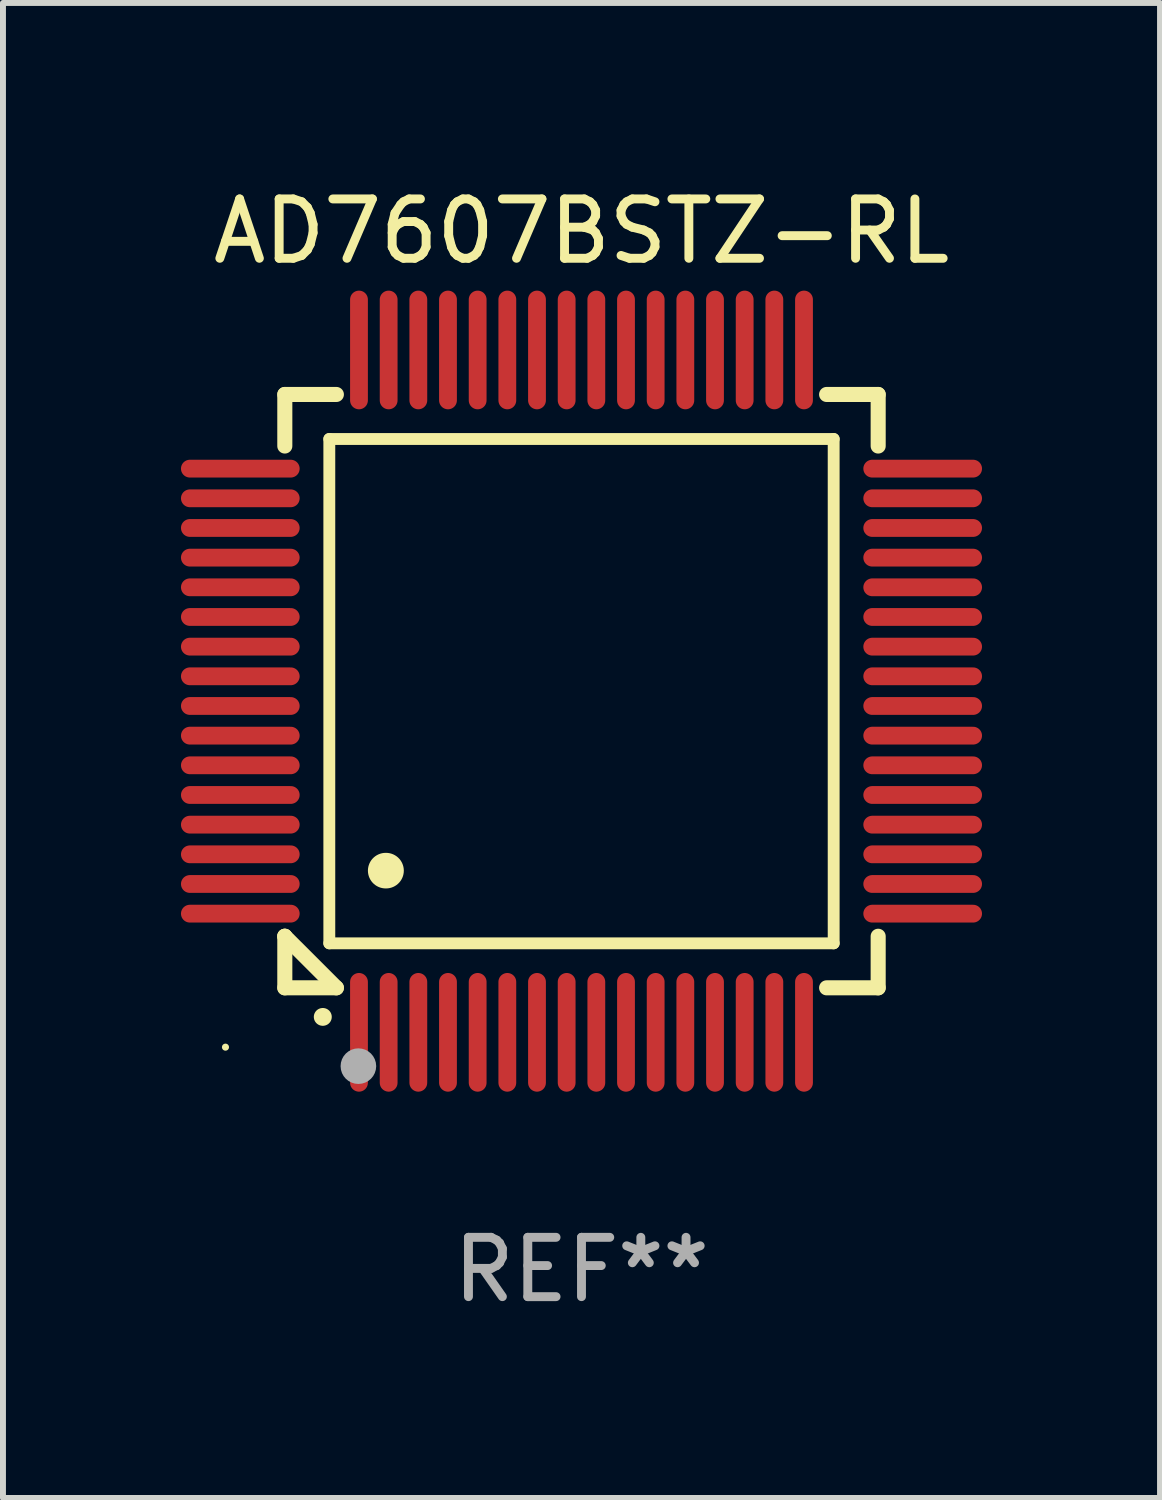
<source format=kicad_pcb>
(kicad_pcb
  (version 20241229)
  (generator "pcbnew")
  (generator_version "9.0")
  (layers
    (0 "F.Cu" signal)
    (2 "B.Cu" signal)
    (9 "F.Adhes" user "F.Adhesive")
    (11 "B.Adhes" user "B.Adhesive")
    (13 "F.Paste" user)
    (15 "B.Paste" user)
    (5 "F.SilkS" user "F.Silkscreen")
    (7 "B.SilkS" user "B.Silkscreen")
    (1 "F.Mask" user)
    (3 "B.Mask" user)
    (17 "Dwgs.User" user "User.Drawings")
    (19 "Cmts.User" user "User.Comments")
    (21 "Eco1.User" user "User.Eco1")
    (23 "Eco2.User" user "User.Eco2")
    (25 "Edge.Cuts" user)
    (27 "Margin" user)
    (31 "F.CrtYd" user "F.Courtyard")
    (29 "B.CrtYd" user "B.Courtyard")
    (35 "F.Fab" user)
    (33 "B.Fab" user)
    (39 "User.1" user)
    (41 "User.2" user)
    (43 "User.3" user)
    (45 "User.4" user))
  (footprint "AD7607BSTZ-RL"
    (layer "F.Cu")
    (at 6.75 8.598)
    (property "Reference" "AD7607BSTZ-RL" (at 0 -7.75 0) (layer "F.SilkS") (effects (font (size 1 1) (thickness 0.15))))
    (attr through_hole)
    (fp_line (start -5 -5) (end -4.131 -5) (stroke (width 0.254) (type solid)) (layer "F.SilkS"))
    (fp_line (start -5 -4.131) (end -5 -5) (stroke (width 0.254) (type solid)) (layer "F.SilkS"))
    (fp_line (start -5 4.131) (end -5 4.131) (stroke (width 0.254) (type solid)) (layer "F.SilkS"))
    (fp_line (start -5 5) (end -5 4.131) (stroke (width 0.254) (type solid)) (layer "F.SilkS"))
    (fp_line (start -5 4.131) (end -4.131 5) (stroke (width 0.254) (type solid)) (layer "F.SilkS"))
    (fp_line (start -4.25 -4.25) (end -4.25 4.25) (stroke (width 0.2) (type solid)) (layer "F.SilkS"))
    (fp_line (start -4.25 4.25) (end 4.25 4.25) (stroke (width 0.2) (type solid)) (layer "F.SilkS"))
    (fp_line (start -4.131 5) (end -5 5) (stroke (width 0.254) (type solid)) (layer "F.SilkS"))
    (fp_line (start 4.25 -4.25) (end -4.25 -4.25) (stroke (width 0.2) (type solid)) (layer "F.SilkS"))
    (fp_line (start 4.25 4.25) (end 4.25 -4.25) (stroke (width 0.2) (type solid)) (layer "F.SilkS"))
    (fp_line (start 5 -5) (end 4.131 -5) (stroke (width 0.254) (type solid)) (layer "F.SilkS"))
    (fp_line (start 5 -5) (end 5 -4.131) (stroke (width 0.254) (type solid)) (layer "F.SilkS"))
    (fp_line (start 5 4.131) (end 5 5) (stroke (width 0.254) (type solid)) (layer "F.SilkS"))
    (fp_line (start 5 5) (end 4.131 5) (stroke (width 0.254) (type solid)) (layer "F.SilkS"))
    (fp_arc (start -4.361265 5.489992) (mid -4.359995 5.489987) (end -4.358725 5.489992) (stroke (width 0.3) (type solid)) (layer "F.SilkS"))
    (fp_arc (start -3.299467 3.025146) (mid -3.296927 3.025135) (end -3.294387 3.025146) (stroke (width 0.6) (type solid)) (layer "F.SilkS"))
    (fp_circle (center -6 6) (end -5.97 6) (stroke (width 0.06) (type solid)) (fill no) (layer "F.SilkS"))
    (fp_circle (center -3.76 6.32) (end -3.61 6.32) (stroke (width 0.3) (type solid)) (fill no) (layer "F.Fab"))
    (fp_text user "REF**" (at 0 9.75 0) (layer "F.Fab") (effects (font (size 1 1) (thickness 0.15))))
    (pad "1" smd oval (at -3.75 5.75) (size 0.3 2) (layers "F.Cu" "F.Mask" "F.Paste"))
    (pad "2" smd oval (at -3.25 5.75) (size 0.3 2) (layers "F.Cu" "F.Mask" "F.Paste"))
    (pad "3" smd oval (at -2.75 5.75) (size 0.3 2) (layers "F.Cu" "F.Mask" "F.Paste"))
    (pad "4" smd oval (at -2.25 5.75) (size 0.3 2) (layers "F.Cu" "F.Mask" "F.Paste"))
    (pad "5" smd oval (at -1.75 5.75) (size 0.3 2) (layers "F.Cu" "F.Mask" "F.Paste"))
    (pad "6" smd oval (at -1.25 5.75) (size 0.3 2) (layers "F.Cu" "F.Mask" "F.Paste"))
    (pad "7" smd oval (at -0.75 5.75) (size 0.3 2) (layers "F.Cu" "F.Mask" "F.Paste"))
    (pad "8" smd oval (at -0.25 5.75) (size 0.3 2) (layers "F.Cu" "F.Mask" "F.Paste"))
    (pad "9" smd oval (at 0.25 5.75) (size 0.3 2) (layers "F.Cu" "F.Mask" "F.Paste"))
    (pad "10" smd oval (at 0.75 5.75) (size 0.3 2) (layers "F.Cu" "F.Mask" "F.Paste"))
    (pad "11" smd oval (at 1.25 5.75) (size 0.3 2) (layers "F.Cu" "F.Mask" "F.Paste"))
    (pad "12" smd oval (at 1.75 5.75) (size 0.3 2) (layers "F.Cu" "F.Mask" "F.Paste"))
    (pad "13" smd oval (at 2.25 5.75) (size 0.3 2) (layers "F.Cu" "F.Mask" "F.Paste"))
    (pad "14" smd oval (at 2.75 5.75) (size 0.3 2) (layers "F.Cu" "F.Mask" "F.Paste"))
    (pad "15" smd oval (at 3.25 5.75) (size 0.3 2) (layers "F.Cu" "F.Mask" "F.Paste"))
    (pad "16" smd oval (at 3.75 5.75) (size 0.3 2) (layers "F.Cu" "F.Mask" "F.Paste"))
    (pad "17" smd oval (at 5.75 3.75) (size 2 0.3) (layers "F.Cu" "F.Mask" "F.Paste"))
    (pad "18" smd oval (at 5.75 3.25) (size 2 0.3) (layers "F.Cu" "F.Mask" "F.Paste"))
    (pad "19" smd oval (at 5.75 2.75) (size 2 0.3) (layers "F.Cu" "F.Mask" "F.Paste"))
    (pad "20" smd oval (at 5.75 2.25) (size 2 0.3) (layers "F.Cu" "F.Mask" "F.Paste"))
    (pad "21" smd oval (at 5.75 1.75) (size 2 0.3) (layers "F.Cu" "F.Mask" "F.Paste"))
    (pad "22" smd oval (at 5.75 1.25) (size 2 0.3) (layers "F.Cu" "F.Mask" "F.Paste"))
    (pad "23" smd oval (at 5.75 0.75) (size 2 0.3) (layers "F.Cu" "F.Mask" "F.Paste"))
    (pad "24" smd oval (at 5.75 0.25) (size 2 0.3) (layers "F.Cu" "F.Mask" "F.Paste"))
    (pad "25" smd oval (at 5.75 -0.25) (size 2 0.3) (layers "F.Cu" "F.Mask" "F.Paste"))
    (pad "26" smd oval (at 5.75 -0.75) (size 2 0.3) (layers "F.Cu" "F.Mask" "F.Paste"))
    (pad "27" smd oval (at 5.75 -1.25) (size 2 0.3) (layers "F.Cu" "F.Mask" "F.Paste"))
    (pad "28" smd oval (at 5.75 -1.75) (size 2 0.3) (layers "F.Cu" "F.Mask" "F.Paste"))
    (pad "29" smd oval (at 5.75 -2.25) (size 2 0.3) (layers "F.Cu" "F.Mask" "F.Paste"))
    (pad "30" smd oval (at 5.75 -2.75) (size 2 0.3) (layers "F.Cu" "F.Mask" "F.Paste"))
    (pad "31" smd oval (at 5.75 -3.25) (size 2 0.3) (layers "F.Cu" "F.Mask" "F.Paste"))
    (pad "32" smd oval (at 5.75 -3.75) (size 2 0.3) (layers "F.Cu" "F.Mask" "F.Paste"))
    (pad "33" smd oval (at 3.75 -5.75) (size 0.3 2) (layers "F.Cu" "F.Mask" "F.Paste"))
    (pad "34" smd oval (at 3.25 -5.75) (size 0.3 2) (layers "F.Cu" "F.Mask" "F.Paste"))
    (pad "35" smd oval (at 2.75 -5.75) (size 0.3 2) (layers "F.Cu" "F.Mask" "F.Paste"))
    (pad "36" smd oval (at 2.25 -5.75) (size 0.3 2) (layers "F.Cu" "F.Mask" "F.Paste"))
    (pad "37" smd oval (at 1.75 -5.75) (size 0.3 2) (layers "F.Cu" "F.Mask" "F.Paste"))
    (pad "38" smd oval (at 1.25 -5.75) (size 0.3 2) (layers "F.Cu" "F.Mask" "F.Paste"))
    (pad "39" smd oval (at 0.75 -5.75) (size 0.3 2) (layers "F.Cu" "F.Mask" "F.Paste"))
    (pad "40" smd oval (at 0.25 -5.75) (size 0.3 2) (layers "F.Cu" "F.Mask" "F.Paste"))
    (pad "41" smd oval (at -0.25 -5.75) (size 0.3 2) (layers "F.Cu" "F.Mask" "F.Paste"))
    (pad "42" smd oval (at -0.75 -5.75) (size 0.3 2) (layers "F.Cu" "F.Mask" "F.Paste"))
    (pad "43" smd oval (at -1.25 -5.75) (size 0.3 2) (layers "F.Cu" "F.Mask" "F.Paste"))
    (pad "44" smd oval (at -1.75 -5.75) (size 0.3 2) (layers "F.Cu" "F.Mask" "F.Paste"))
    (pad "45" smd oval (at -2.25 -5.75) (size 0.3 2) (layers "F.Cu" "F.Mask" "F.Paste"))
    (pad "46" smd oval (at -2.75 -5.75) (size 0.3 2) (layers "F.Cu" "F.Mask" "F.Paste"))
    (pad "47" smd oval (at -3.25 -5.75) (size 0.3 2) (layers "F.Cu" "F.Mask" "F.Paste"))
    (pad "48" smd oval (at -3.75 -5.75) (size 0.3 2) (layers "F.Cu" "F.Mask" "F.Paste"))
    (pad "49" smd oval (at -5.75 -3.75) (size 2 0.3) (layers "F.Cu" "F.Mask" "F.Paste"))
    (pad "50" smd oval (at -5.75 -3.25) (size 2 0.3) (layers "F.Cu" "F.Mask" "F.Paste"))
    (pad "51" smd oval (at -5.75 -2.75) (size 2 0.3) (layers "F.Cu" "F.Mask" "F.Paste"))
    (pad "52" smd oval (at -5.75 -2.25) (size 2 0.3) (layers "F.Cu" "F.Mask" "F.Paste"))
    (pad "53" smd oval (at -5.75 -1.75) (size 2 0.3) (layers "F.Cu" "F.Mask" "F.Paste"))
    (pad "54" smd oval (at -5.75 -1.25) (size 2 0.3) (layers "F.Cu" "F.Mask" "F.Paste"))
    (pad "55" smd oval (at -5.75 -0.75) (size 2 0.3) (layers "F.Cu" "F.Mask" "F.Paste"))
    (pad "56" smd oval (at -5.75 -0.25) (size 2 0.3) (layers "F.Cu" "F.Mask" "F.Paste"))
    (pad "57" smd oval (at -5.75 0.25) (size 2 0.3) (layers "F.Cu" "F.Mask" "F.Paste"))
    (pad "58" smd oval (at -5.75 0.75) (size 2 0.3) (layers "F.Cu" "F.Mask" "F.Paste"))
    (pad "59" smd oval (at -5.75 1.25) (size 2 0.3) (layers "F.Cu" "F.Mask" "F.Paste"))
    (pad "60" smd oval (at -5.75 1.75) (size 2 0.3) (layers "F.Cu" "F.Mask" "F.Paste"))
    (pad "61" smd oval (at -5.75 2.25) (size 2 0.3) (layers "F.Cu" "F.Mask" "F.Paste"))
    (pad "62" smd oval (at -5.75 2.75) (size 2 0.3) (layers "F.Cu" "F.Mask" "F.Paste"))
    (pad "63" smd oval (at -5.75 3.25) (size 2 0.3) (layers "F.Cu" "F.Mask" "F.Paste"))
    (pad "64" smd oval (at -5.75 3.75) (size 2 0.3) (layers "F.Cu" "F.Mask" "F.Paste")))
  (gr_rect
    (start -3 -3)
    (end 16.5 22.196)
    (stroke (width 0.1) (type default))
    (fill no)
    (layer "Edge.Cuts")))
</source>
